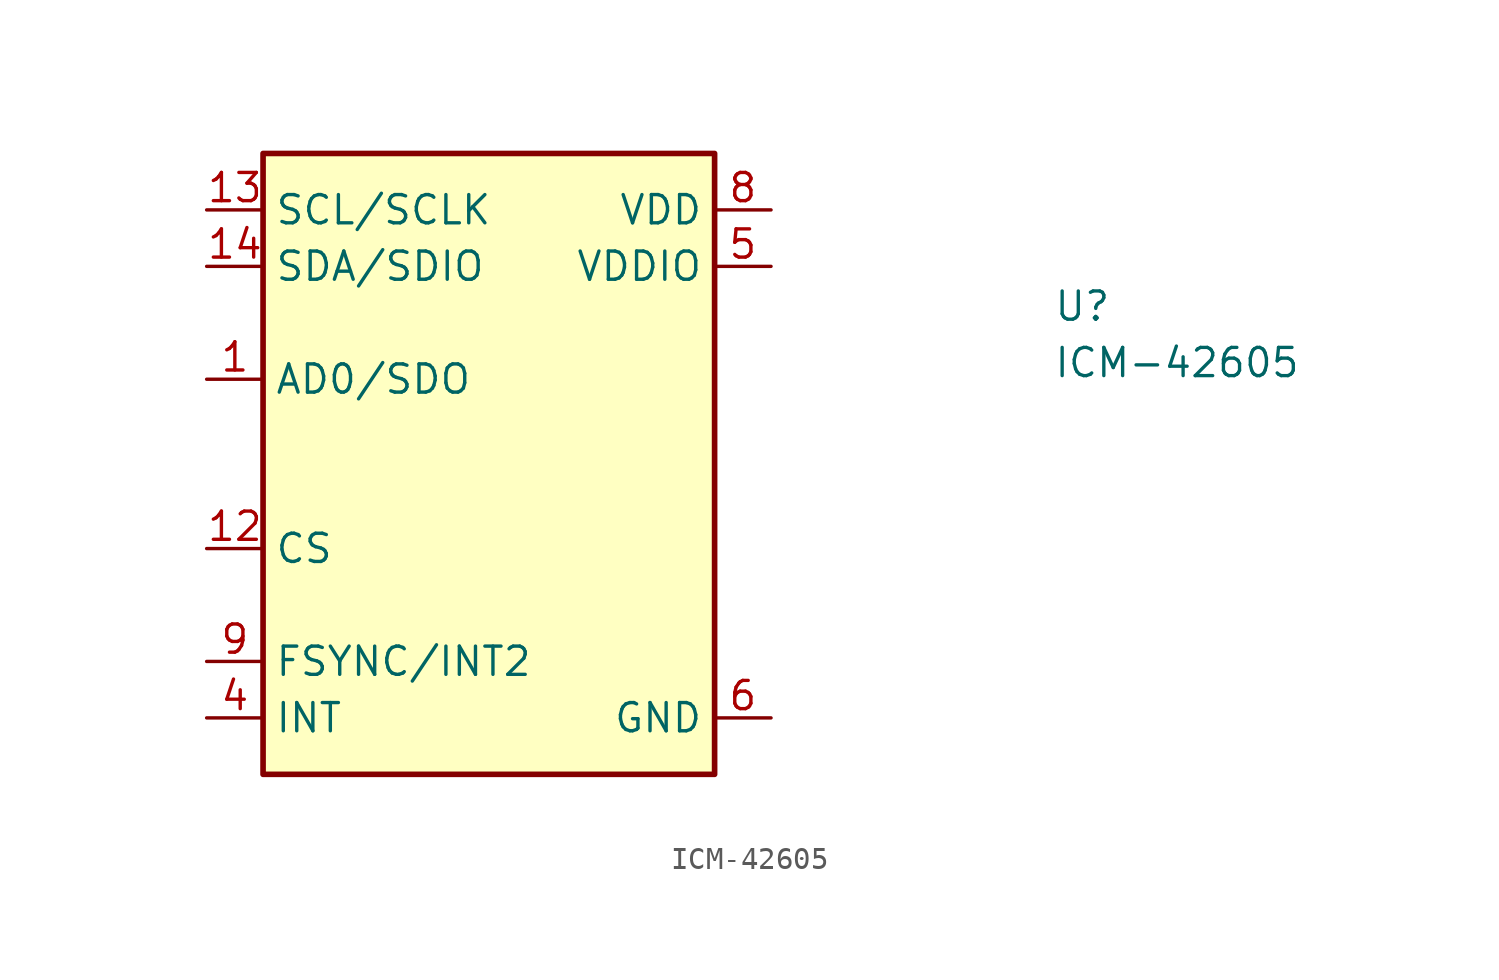
<source format=kicad_sym>
(kicad_symbol_lib
  (version 20211014)
  (generator kicad_symbol_editor)
  (symbol "ICM-42605"
    (property "Reference" "U"
      (at 38.1 -5.08 0)
      (effects (font (size 1.27 1.27) (thickness 0.15)) (justify left bottom)))
    (property "Value" "ICM-42605"
      (at 38.1 -7.62 0)
      (effects (font (size 1.27 1.27) (thickness 0.15)) (justify left bottom)))
    (symbol "ICM-42605_1_1"
      (rectangle (start 2.54 2.54) (end 22.86 -25.4) (stroke (width 0.254) (type default) (color 0 0 0 0)) (fill (type background)))
      (pin output line (at 0 -7.62 0) (length 2.54) (name "AD0/SDO" (effects (font (size 1.27 1.27)))) (number "1" (effects (font (size 1.27 1.27)))))
      (pin no_connect line (at 22.86 -15.24 180) (length 2.54) hide (name "NC" (effects (font (size 1.27 1.27)))) (number "10" (effects (font (size 1.27 1.27)))))
      (pin no_connect line (at 22.86 -17.78 180) (length 2.54) hide (name "NC" (effects (font (size 1.27 1.27)))) (number "11" (effects (font (size 1.27 1.27)))))
      (pin input line (at 0 -15.24 0) (length 2.54) (name "CS" (effects (font (size 1.27 1.27)))) (number "12" (effects (font (size 1.27 1.27)))))
      (pin input line (at 0 0 0) (length 2.54) (name "SCL/SCLK" (effects (font (size 1.27 1.27)))) (number "13" (effects (font (size 1.27 1.27)))))
      (pin bidirectional line (at 0 -2.54 0) (length 2.54) (name "SDA/SDIO" (effects (font (size 1.27 1.27)))) (number "14" (effects (font (size 1.27 1.27)))))
      (pin no_connect line (at 22.86 -7.62 180) (length 2.54) hide (name "NC" (effects (font (size 1.27 1.27)))) (number "2" (effects (font (size 1.27 1.27)))))
      (pin no_connect line (at 22.86 -10.16 180) (length 2.54) hide (name "NC" (effects (font (size 1.27 1.27)))) (number "3" (effects (font (size 1.27 1.27)))))
      (pin output line (at 0 -22.86 0) (length 2.54) (name "INT" (effects (font (size 1.27 1.27)))) (number "4" (effects (font (size 1.27 1.27)))))
      (pin power_in line (at 25.4 -2.54 180) (length 2.54) (name "VDDIO" (effects (font (size 1.27 1.27)))) (number "5" (effects (font (size 1.27 1.27)))))
      (pin power_in line (at 25.4 -22.86 180) (length 2.54) (name "GND" (effects (font (size 1.27 1.27)))) (number "6" (effects (font (size 1.27 1.27)))))
      (pin no_connect line (at 22.86 -12.7 180) (length 2.54) hide (name "NC" (effects (font (size 1.27 1.27)))) (number "7" (effects (font (size 1.27 1.27)))))
      (pin power_in line (at 25.4 0 180) (length 2.54) (name "VDD" (effects (font (size 1.27 1.27)))) (number "8" (effects (font (size 1.27 1.27)))))
      (pin output line (at 0 -20.32 0) (length 2.54) (name "FSYNC/INT2" (effects (font (size 1.27 1.27)))) (number "9" (effects (font (size 1.27 1.27))))))))
</source>
